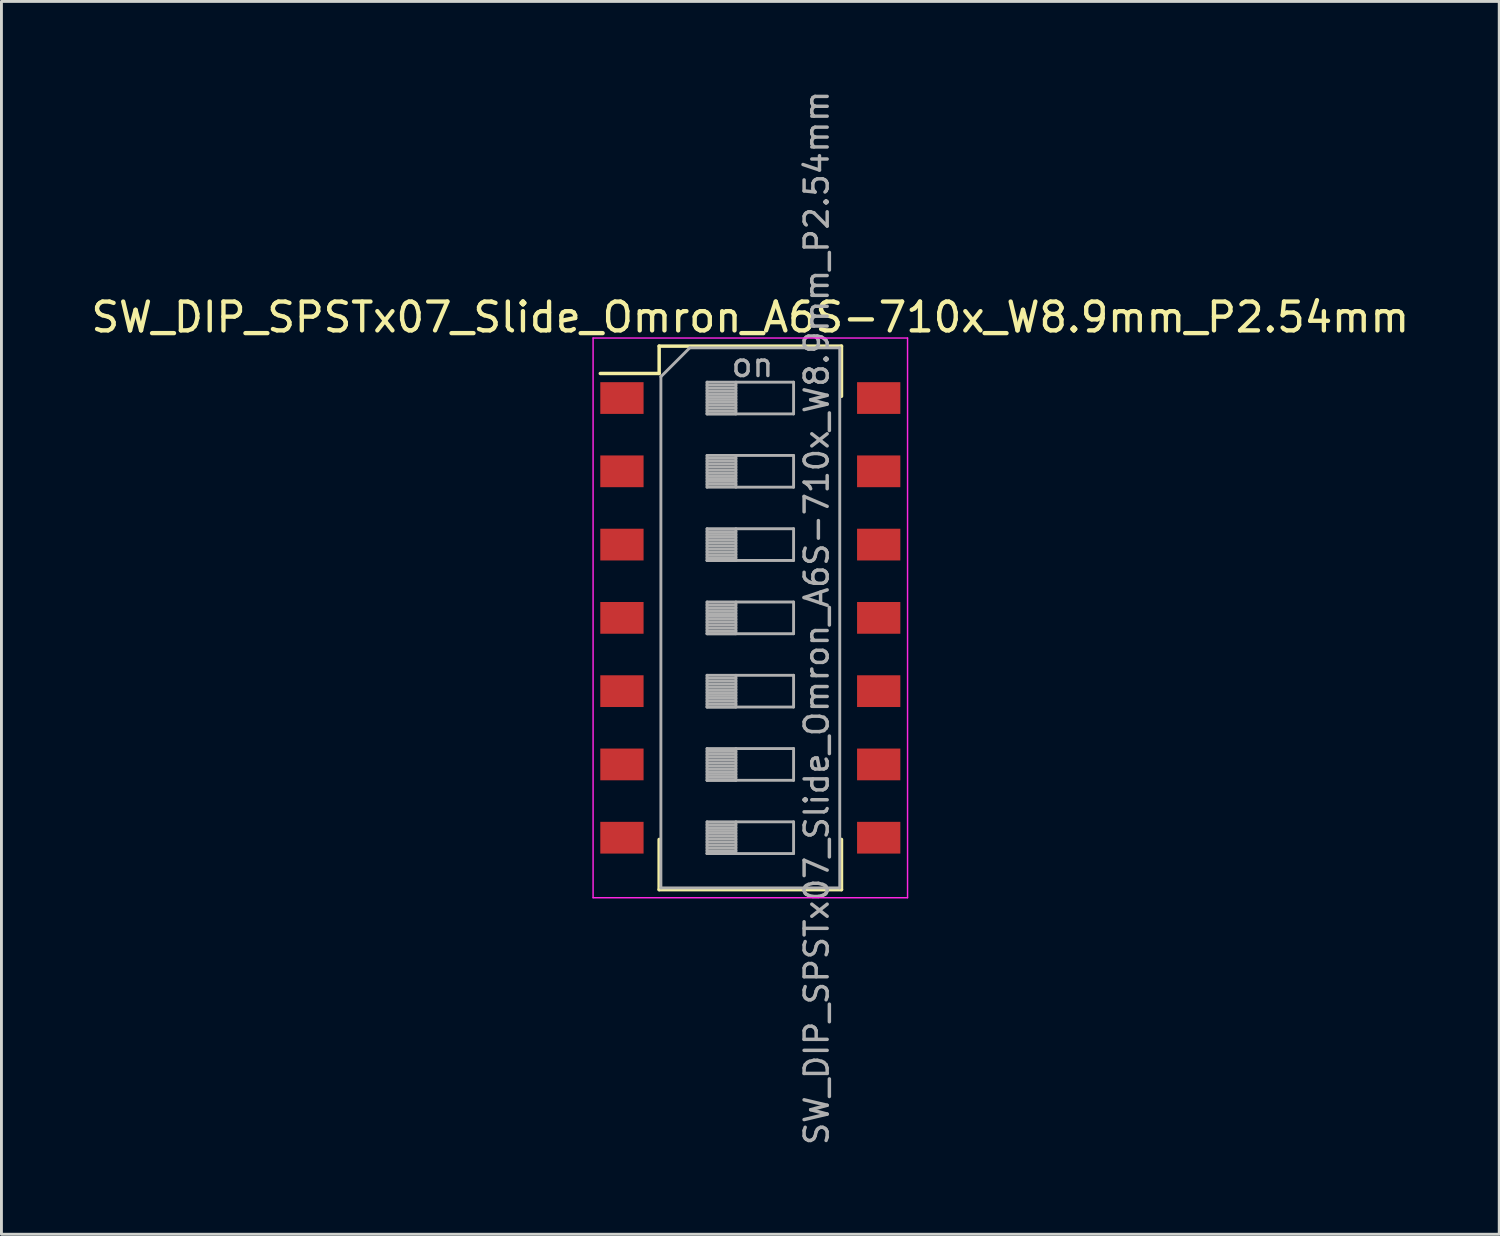
<source format=kicad_pcb>
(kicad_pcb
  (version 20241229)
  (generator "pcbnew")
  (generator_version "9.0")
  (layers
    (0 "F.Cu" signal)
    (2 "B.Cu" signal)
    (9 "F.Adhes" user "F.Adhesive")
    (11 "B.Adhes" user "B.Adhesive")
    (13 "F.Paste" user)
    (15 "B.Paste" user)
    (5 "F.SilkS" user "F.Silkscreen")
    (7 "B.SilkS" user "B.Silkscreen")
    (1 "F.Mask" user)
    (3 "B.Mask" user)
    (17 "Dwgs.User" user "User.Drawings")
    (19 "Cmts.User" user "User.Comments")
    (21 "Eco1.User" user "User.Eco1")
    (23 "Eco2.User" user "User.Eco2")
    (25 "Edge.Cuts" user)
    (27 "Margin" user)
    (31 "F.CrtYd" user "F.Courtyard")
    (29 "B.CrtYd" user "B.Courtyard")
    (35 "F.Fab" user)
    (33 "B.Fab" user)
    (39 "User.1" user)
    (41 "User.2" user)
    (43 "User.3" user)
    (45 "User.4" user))
  (footprint "SW_DIP_SPSTx07_Slide_Omron_A6S-710x_W8.9mm_P2.54mm"
    (layer "F.Cu")
    (at 22.958 18.367)
    (property "Reference" "SW_DIP_SPSTx07_Slide_Omron_A6S-710x_W8.9mm_P2.54mm" (at 0 -10.42 0) (layer "F.SilkS") (effects (font (size 1 1) (thickness 0.15))))
    (attr smd)
    (fp_line (start -5.2 -8.471) (end -3.16 -8.471) (stroke (width 0.12) (type solid)) (layer "F.SilkS"))
    (fp_line (start -3.16 -9.42) (end -3.16 -8.471) (stroke (width 0.12) (type solid)) (layer "F.SilkS"))
    (fp_line (start -3.16 -9.42) (end 3.16 -9.42) (stroke (width 0.12) (type solid)) (layer "F.SilkS"))
    (fp_line (start -3.16 7.68) (end -3.16 9.42) (stroke (width 0.12) (type solid)) (layer "F.SilkS"))
    (fp_line (start -3.16 9.42) (end 3.16 9.42) (stroke (width 0.12) (type solid)) (layer "F.SilkS"))
    (fp_line (start 3.16 -9.42) (end 3.16 -7.681) (stroke (width 0.12) (type solid)) (layer "F.SilkS"))
    (fp_line (start 3.16 7.68) (end 3.16 9.42) (stroke (width 0.12) (type solid)) (layer "F.SilkS"))
    (fp_line (start -5.45 -9.7) (end -5.45 9.7) (stroke (width 0.05) (type solid)) (layer "F.CrtYd"))
    (fp_line (start -5.45 9.7) (end 5.45 9.7) (stroke (width 0.05) (type solid)) (layer "F.CrtYd"))
    (fp_line (start 5.45 -9.7) (end -5.45 -9.7) (stroke (width 0.05) (type solid)) (layer "F.CrtYd"))
    (fp_line (start 5.45 9.7) (end 5.45 -9.7) (stroke (width 0.05) (type solid)) (layer "F.CrtYd"))
    (fp_line (start -3.1 -8.36) (end -2.1 -9.36) (stroke (width 0.1) (type solid)) (layer "F.Fab"))
    (fp_line (start -3.1 9.36) (end -3.1 -8.36) (stroke (width 0.1) (type solid)) (layer "F.Fab"))
    (fp_line (start -2.1 -9.36) (end 3.1 -9.36) (stroke (width 0.1) (type solid)) (layer "F.Fab"))
    (fp_line (start -1.5 -8.17) (end -1.5 -7.07) (stroke (width 0.1) (type solid)) (layer "F.Fab"))
    (fp_line (start -1.5 -8.07) (end -0.5 -8.07) (stroke (width 0.1) (type solid)) (layer "F.Fab"))
    (fp_line (start -1.5 -7.97) (end -0.5 -7.97) (stroke (width 0.1) (type solid)) (layer "F.Fab"))
    (fp_line (start -1.5 -7.87) (end -0.5 -7.87) (stroke (width 0.1) (type solid)) (layer "F.Fab"))
    (fp_line (start -1.5 -7.77) (end -0.5 -7.77) (stroke (width 0.1) (type solid)) (layer "F.Fab"))
    (fp_line (start -1.5 -7.67) (end -0.5 -7.67) (stroke (width 0.1) (type solid)) (layer "F.Fab"))
    (fp_line (start -1.5 -7.57) (end -0.5 -7.57) (stroke (width 0.1) (type solid)) (layer "F.Fab"))
    (fp_line (start -1.5 -7.47) (end -0.5 -7.47) (stroke (width 0.1) (type solid)) (layer "F.Fab"))
    (fp_line (start -1.5 -7.37) (end -0.5 -7.37) (stroke (width 0.1) (type solid)) (layer "F.Fab"))
    (fp_line (start -1.5 -7.27) (end -0.5 -7.27) (stroke (width 0.1) (type solid)) (layer "F.Fab"))
    (fp_line (start -1.5 -7.17) (end -0.5 -7.17) (stroke (width 0.1) (type solid)) (layer "F.Fab"))
    (fp_line (start -1.5 -7.07) (end -0.5 -7.07) (stroke (width 0.1) (type solid)) (layer "F.Fab"))
    (fp_line (start -1.5 -7.07) (end 1.5 -7.07) (stroke (width 0.1) (type solid)) (layer "F.Fab"))
    (fp_line (start -1.5 -5.63) (end -1.5 -4.53) (stroke (width 0.1) (type solid)) (layer "F.Fab"))
    (fp_line (start -1.5 -5.53) (end -0.5 -5.53) (stroke (width 0.1) (type solid)) (layer "F.Fab"))
    (fp_line (start -1.5 -5.43) (end -0.5 -5.43) (stroke (width 0.1) (type solid)) (layer "F.Fab"))
    (fp_line (start -1.5 -5.33) (end -0.5 -5.33) (stroke (width 0.1) (type solid)) (layer "F.Fab"))
    (fp_line (start -1.5 -5.23) (end -0.5 -5.23) (stroke (width 0.1) (type solid)) (layer "F.Fab"))
    (fp_line (start -1.5 -5.13) (end -0.5 -5.13) (stroke (width 0.1) (type solid)) (layer "F.Fab"))
    (fp_line (start -1.5 -5.03) (end -0.5 -5.03) (stroke (width 0.1) (type solid)) (layer "F.Fab"))
    (fp_line (start -1.5 -4.93) (end -0.5 -4.93) (stroke (width 0.1) (type solid)) (layer "F.Fab"))
    (fp_line (start -1.5 -4.83) (end -0.5 -4.83) (stroke (width 0.1) (type solid)) (layer "F.Fab"))
    (fp_line (start -1.5 -4.73) (end -0.5 -4.73) (stroke (width 0.1) (type solid)) (layer "F.Fab"))
    (fp_line (start -1.5 -4.63) (end -0.5 -4.63) (stroke (width 0.1) (type solid)) (layer "F.Fab"))
    (fp_line (start -1.5 -4.53) (end 1.5 -4.53) (stroke (width 0.1) (type solid)) (layer "F.Fab"))
    (fp_line (start -1.5 -3.09) (end -1.5 -1.99) (stroke (width 0.1) (type solid)) (layer "F.Fab"))
    (fp_line (start -1.5 -2.99) (end -0.5 -2.99) (stroke (width 0.1) (type solid)) (layer "F.Fab"))
    (fp_line (start -1.5 -2.89) (end -0.5 -2.89) (stroke (width 0.1) (type solid)) (layer "F.Fab"))
    (fp_line (start -1.5 -2.79) (end -0.5 -2.79) (stroke (width 0.1) (type solid)) (layer "F.Fab"))
    (fp_line (start -1.5 -2.69) (end -0.5 -2.69) (stroke (width 0.1) (type solid)) (layer "F.Fab"))
    (fp_line (start -1.5 -2.59) (end -0.5 -2.59) (stroke (width 0.1) (type solid)) (layer "F.Fab"))
    (fp_line (start -1.5 -2.49) (end -0.5 -2.49) (stroke (width 0.1) (type solid)) (layer "F.Fab"))
    (fp_line (start -1.5 -2.39) (end -0.5 -2.39) (stroke (width 0.1) (type solid)) (layer "F.Fab"))
    (fp_line (start -1.5 -2.29) (end -0.5 -2.29) (stroke (width 0.1) (type solid)) (layer "F.Fab"))
    (fp_line (start -1.5 -2.19) (end -0.5 -2.19) (stroke (width 0.1) (type solid)) (layer "F.Fab"))
    (fp_line (start -1.5 -2.09) (end -0.5 -2.09) (stroke (width 0.1) (type solid)) (layer "F.Fab"))
    (fp_line (start -1.5 -1.99) (end -0.5 -1.99) (stroke (width 0.1) (type solid)) (layer "F.Fab"))
    (fp_line (start -1.5 -1.99) (end 1.5 -1.99) (stroke (width 0.1) (type solid)) (layer "F.Fab"))
    (fp_line (start -1.5 -0.55) (end -1.5 0.55) (stroke (width 0.1) (type solid)) (layer "F.Fab"))
    (fp_line (start -1.5 -0.45) (end -0.5 -0.45) (stroke (width 0.1) (type solid)) (layer "F.Fab"))
    (fp_line (start -1.5 -0.35) (end -0.5 -0.35) (stroke (width 0.1) (type solid)) (layer "F.Fab"))
    (fp_line (start -1.5 -0.25) (end -0.5 -0.25) (stroke (width 0.1) (type solid)) (layer "F.Fab"))
    (fp_line (start -1.5 -0.15) (end -0.5 -0.15) (stroke (width 0.1) (type solid)) (layer "F.Fab"))
    (fp_line (start -1.5 -0.05) (end -0.5 -0.05) (stroke (width 0.1) (type solid)) (layer "F.Fab"))
    (fp_line (start -1.5 0.05) (end -0.5 0.05) (stroke (width 0.1) (type solid)) (layer "F.Fab"))
    (fp_line (start -1.5 0.15) (end -0.5 0.15) (stroke (width 0.1) (type solid)) (layer "F.Fab"))
    (fp_line (start -1.5 0.25) (end -0.5 0.25) (stroke (width 0.1) (type solid)) (layer "F.Fab"))
    (fp_line (start -1.5 0.35) (end -0.5 0.35) (stroke (width 0.1) (type solid)) (layer "F.Fab"))
    (fp_line (start -1.5 0.45) (end -0.5 0.45) (stroke (width 0.1) (type solid)) (layer "F.Fab"))
    (fp_line (start -1.5 0.55) (end -0.5 0.55) (stroke (width 0.1) (type solid)) (layer "F.Fab"))
    (fp_line (start -1.5 0.55) (end 1.5 0.55) (stroke (width 0.1) (type solid)) (layer "F.Fab"))
    (fp_line (start -1.5 1.99) (end -1.5 3.09) (stroke (width 0.1) (type solid)) (layer "F.Fab"))
    (fp_line (start -1.5 2.09) (end -0.5 2.09) (stroke (width 0.1) (type solid)) (layer "F.Fab"))
    (fp_line (start -1.5 2.19) (end -0.5 2.19) (stroke (width 0.1) (type solid)) (layer "F.Fab"))
    (fp_line (start -1.5 2.29) (end -0.5 2.29) (stroke (width 0.1) (type solid)) (layer "F.Fab"))
    (fp_line (start -1.5 2.39) (end -0.5 2.39) (stroke (width 0.1) (type solid)) (layer "F.Fab"))
    (fp_line (start -1.5 2.49) (end -0.5 2.49) (stroke (width 0.1) (type solid)) (layer "F.Fab"))
    (fp_line (start -1.5 2.59) (end -0.5 2.59) (stroke (width 0.1) (type solid)) (layer "F.Fab"))
    (fp_line (start -1.5 2.69) (end -0.5 2.69) (stroke (width 0.1) (type solid)) (layer "F.Fab"))
    (fp_line (start -1.5 2.79) (end -0.5 2.79) (stroke (width 0.1) (type solid)) (layer "F.Fab"))
    (fp_line (start -1.5 2.89) (end -0.5 2.89) (stroke (width 0.1) (type solid)) (layer "F.Fab"))
    (fp_line (start -1.5 2.99) (end -0.5 2.99) (stroke (width 0.1) (type solid)) (layer "F.Fab"))
    (fp_line (start -1.5 3.09) (end -0.5 3.09) (stroke (width 0.1) (type solid)) (layer "F.Fab"))
    (fp_line (start -1.5 3.09) (end 1.5 3.09) (stroke (width 0.1) (type solid)) (layer "F.Fab"))
    (fp_line (start -1.5 4.53) (end -1.5 5.63) (stroke (width 0.1) (type solid)) (layer "F.Fab"))
    (fp_line (start -1.5 4.63) (end -0.5 4.63) (stroke (width 0.1) (type solid)) (layer "F.Fab"))
    (fp_line (start -1.5 4.73) (end -0.5 4.73) (stroke (width 0.1) (type solid)) (layer "F.Fab"))
    (fp_line (start -1.5 4.83) (end -0.5 4.83) (stroke (width 0.1) (type solid)) (layer "F.Fab"))
    (fp_line (start -1.5 4.93) (end -0.5 4.93) (stroke (width 0.1) (type solid)) (layer "F.Fab"))
    (fp_line (start -1.5 5.03) (end -0.5 5.03) (stroke (width 0.1) (type solid)) (layer "F.Fab"))
    (fp_line (start -1.5 5.13) (end -0.5 5.13) (stroke (width 0.1) (type solid)) (layer "F.Fab"))
    (fp_line (start -1.5 5.23) (end -0.5 5.23) (stroke (width 0.1) (type solid)) (layer "F.Fab"))
    (fp_line (start -1.5 5.33) (end -0.5 5.33) (stroke (width 0.1) (type solid)) (layer "F.Fab"))
    (fp_line (start -1.5 5.43) (end -0.5 5.43) (stroke (width 0.1) (type solid)) (layer "F.Fab"))
    (fp_line (start -1.5 5.53) (end -0.5 5.53) (stroke (width 0.1) (type solid)) (layer "F.Fab"))
    (fp_line (start -1.5 5.63) (end -0.5 5.63) (stroke (width 0.1) (type solid)) (layer "F.Fab"))
    (fp_line (start -1.5 5.63) (end 1.5 5.63) (stroke (width 0.1) (type solid)) (layer "F.Fab"))
    (fp_line (start -1.5 7.07) (end -1.5 8.17) (stroke (width 0.1) (type solid)) (layer "F.Fab"))
    (fp_line (start -1.5 7.17) (end -0.5 7.17) (stroke (width 0.1) (type solid)) (layer "F.Fab"))
    (fp_line (start -1.5 7.27) (end -0.5 7.27) (stroke (width 0.1) (type solid)) (layer "F.Fab"))
    (fp_line (start -1.5 7.37) (end -0.5 7.37) (stroke (width 0.1) (type solid)) (layer "F.Fab"))
    (fp_line (start -1.5 7.47) (end -0.5 7.47) (stroke (width 0.1) (type solid)) (layer "F.Fab"))
    (fp_line (start -1.5 7.57) (end -0.5 7.57) (stroke (width 0.1) (type solid)) (layer "F.Fab"))
    (fp_line (start -1.5 7.67) (end -0.5 7.67) (stroke (width 0.1) (type solid)) (layer "F.Fab"))
    (fp_line (start -1.5 7.77) (end -0.5 7.77) (stroke (width 0.1) (type solid)) (layer "F.Fab"))
    (fp_line (start -1.5 7.87) (end -0.5 7.87) (stroke (width 0.1) (type solid)) (layer "F.Fab"))
    (fp_line (start -1.5 7.97) (end -0.5 7.97) (stroke (width 0.1) (type solid)) (layer "F.Fab"))
    (fp_line (start -1.5 8.07) (end -0.5 8.07) (stroke (width 0.1) (type solid)) (layer "F.Fab"))
    (fp_line (start -1.5 8.17) (end -0.5 8.17) (stroke (width 0.1) (type solid)) (layer "F.Fab"))
    (fp_line (start -1.5 8.17) (end 1.5 8.17) (stroke (width 0.1) (type solid)) (layer "F.Fab"))
    (fp_line (start -0.5 -8.17) (end -0.5 -7.07) (stroke (width 0.1) (type solid)) (layer "F.Fab"))
    (fp_line (start -0.5 -5.63) (end -0.5 -4.53) (stroke (width 0.1) (type solid)) (layer "F.Fab"))
    (fp_line (start -0.5 -3.09) (end -0.5 -1.99) (stroke (width 0.1) (type solid)) (layer "F.Fab"))
    (fp_line (start -0.5 -0.55) (end -0.5 0.55) (stroke (width 0.1) (type solid)) (layer "F.Fab"))
    (fp_line (start -0.5 1.99) (end -0.5 3.09) (stroke (width 0.1) (type solid)) (layer "F.Fab"))
    (fp_line (start -0.5 4.53) (end -0.5 5.63) (stroke (width 0.1) (type solid)) (layer "F.Fab"))
    (fp_line (start -0.5 7.07) (end -0.5 8.17) (stroke (width 0.1) (type solid)) (layer "F.Fab"))
    (fp_line (start 1.5 -8.17) (end -1.5 -8.17) (stroke (width 0.1) (type solid)) (layer "F.Fab"))
    (fp_line (start 1.5 -7.07) (end 1.5 -8.17) (stroke (width 0.1) (type solid)) (layer "F.Fab"))
    (fp_line (start 1.5 -5.63) (end -1.5 -5.63) (stroke (width 0.1) (type solid)) (layer "F.Fab"))
    (fp_line (start 1.5 -4.53) (end 1.5 -5.63) (stroke (width 0.1) (type solid)) (layer "F.Fab"))
    (fp_line (start 1.5 -3.09) (end -1.5 -3.09) (stroke (width 0.1) (type solid)) (layer "F.Fab"))
    (fp_line (start 1.5 -1.99) (end 1.5 -3.09) (stroke (width 0.1) (type solid)) (layer "F.Fab"))
    (fp_line (start 1.5 -0.55) (end -1.5 -0.55) (stroke (width 0.1) (type solid)) (layer "F.Fab"))
    (fp_line (start 1.5 0.55) (end 1.5 -0.55) (stroke (width 0.1) (type solid)) (layer "F.Fab"))
    (fp_line (start 1.5 1.99) (end -1.5 1.99) (stroke (width 0.1) (type solid)) (layer "F.Fab"))
    (fp_line (start 1.5 3.09) (end 1.5 1.99) (stroke (width 0.1) (type solid)) (layer "F.Fab"))
    (fp_line (start 1.5 4.53) (end -1.5 4.53) (stroke (width 0.1) (type solid)) (layer "F.Fab"))
    (fp_line (start 1.5 5.63) (end 1.5 4.53) (stroke (width 0.1) (type solid)) (layer "F.Fab"))
    (fp_line (start 1.5 7.07) (end -1.5 7.07) (stroke (width 0.1) (type solid)) (layer "F.Fab"))
    (fp_line (start 1.5 8.17) (end 1.5 7.07) (stroke (width 0.1) (type solid)) (layer "F.Fab"))
    (fp_line (start 3.1 -9.36) (end 3.1 9.36) (stroke (width 0.1) (type solid)) (layer "F.Fab"))
    (fp_line (start 3.1 9.36) (end -3.1 9.36) (stroke (width 0.1) (type solid)) (layer "F.Fab"))
    (fp_text user "${REFERENCE}" (at 2.3 0 90) (layer "F.Fab") (effects (font (size 0.8 0.8) (thickness 0.12))))
    (fp_text user "on" (at 0.075 -8.765 0) (layer "F.Fab") (effects (font (size 0.8 0.8) (thickness 0.12))))
    (pad "1" smd rect (at -4.45 -7.62) (size 1.5 1.1) (layers "F.Cu" "F.Mask" "F.Paste"))
    (pad "2" smd rect (at -4.45 -5.08) (size 1.5 1.1) (layers "F.Cu" "F.Mask" "F.Paste"))
    (pad "3" smd rect (at -4.45 -2.54) (size 1.5 1.1) (layers "F.Cu" "F.Mask" "F.Paste"))
    (pad "4" smd rect (at -4.45 0) (size 1.5 1.1) (layers "F.Cu" "F.Mask" "F.Paste"))
    (pad "5" smd rect (at -4.45 2.54) (size 1.5 1.1) (layers "F.Cu" "F.Mask" "F.Paste"))
    (pad "6" smd rect (at -4.45 5.08) (size 1.5 1.1) (layers "F.Cu" "F.Mask" "F.Paste"))
    (pad "7" smd rect (at -4.45 7.62) (size 1.5 1.1) (layers "F.Cu" "F.Mask" "F.Paste"))
    (pad "8" smd rect (at 4.45 7.62) (size 1.5 1.1) (layers "F.Cu" "F.Mask" "F.Paste"))
    (pad "9" smd rect (at 4.45 5.08) (size 1.5 1.1) (layers "F.Cu" "F.Mask" "F.Paste"))
    (pad "10" smd rect (at 4.45 2.54) (size 1.5 1.1) (layers "F.Cu" "F.Mask" "F.Paste"))
    (pad "11" smd rect (at 4.45 0) (size 1.5 1.1) (layers "F.Cu" "F.Mask" "F.Paste"))
    (pad "12" smd rect (at 4.45 -2.54) (size 1.5 1.1) (layers "F.Cu" "F.Mask" "F.Paste"))
    (pad "13" smd rect (at 4.45 -5.08) (size 1.5 1.1) (layers "F.Cu" "F.Mask" "F.Paste"))
    (pad "14" smd rect (at 4.45 -7.62) (size 1.5 1.1) (layers "F.Cu" "F.Mask" "F.Paste")))
  (gr_rect
    (start -3 -3)
    (end 48.917 39.733)
    (stroke (width 0.1) (type default))
    (fill no)
    (layer "Edge.Cuts")))
</source>
